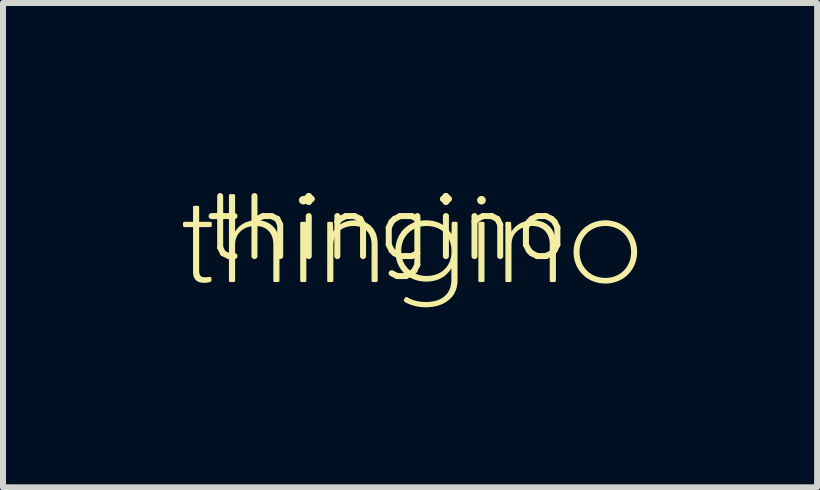
<source format=kicad_pcb>
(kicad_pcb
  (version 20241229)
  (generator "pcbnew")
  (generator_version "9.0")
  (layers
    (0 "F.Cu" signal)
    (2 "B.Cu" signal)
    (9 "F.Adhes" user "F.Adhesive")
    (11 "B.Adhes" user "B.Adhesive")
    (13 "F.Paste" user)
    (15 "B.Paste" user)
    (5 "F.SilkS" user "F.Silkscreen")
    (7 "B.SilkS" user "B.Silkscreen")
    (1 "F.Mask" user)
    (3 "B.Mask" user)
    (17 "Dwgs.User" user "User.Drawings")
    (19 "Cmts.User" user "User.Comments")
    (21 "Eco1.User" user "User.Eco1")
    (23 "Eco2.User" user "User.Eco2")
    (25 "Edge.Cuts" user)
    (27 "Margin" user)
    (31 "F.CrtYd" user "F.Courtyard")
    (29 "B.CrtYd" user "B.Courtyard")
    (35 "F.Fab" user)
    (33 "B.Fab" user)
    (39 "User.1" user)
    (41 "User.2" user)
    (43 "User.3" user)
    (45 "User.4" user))
  (footprint "thingino"
    (layer "F.Cu")
    (at 3.405 1.26)
    (property "Reference" "thingino" (at 0 -0.5 0) (unlocked yes) (layer "F.SilkS") (effects (font (size 1 1) (thickness 0.1))))
    (fp_poly (pts (xy -1.374 -0.614) (xy -1.372 -0.613) (xy -1.37 -0.613) (xy -1.369 -0.613) (xy -1.367 -0.613) (xy -1.366 -0.613) (xy -1.365 -0.612) (xy -1.363 -0.612) (xy -1.362 -0.611) (xy -1.361 -0.611) (xy -1.36 -0.61) (xy -1.359 -0.609) (xy -1.358 -0.609) (xy -1.357 -0.608) (xy -1.356 -0.607) (xy -1.356 -0.606) (xy -1.355 -0.605) (xy -1.354 -0.604) (xy -1.354 -0.603) (xy -1.353 -0.602) (xy -1.352 -0.601) (xy -1.352 -0.6) (xy -1.352 -0.598) (xy -1.351 -0.597) (xy -1.351 -0.594) (xy -1.35 -0.591) (xy -1.35 -0.588) (xy -1.35 -0.585) (xy -1.35 0.362) (xy -1.35 0.365) (xy -1.35 0.369) (xy -1.351 0.372) (xy -1.351 0.373) (xy -1.351 0.374) (xy -1.352 0.376) (xy -1.352 0.377) (xy -1.352 0.378) (xy -1.353 0.379) (xy -1.354 0.38) (xy -1.354 0.381) (xy -1.355 0.382) (xy -1.356 0.383) (xy -1.356 0.384) (xy -1.357 0.385) (xy -1.358 0.386) (xy -1.359 0.386) (xy -1.36 0.387) (xy -1.361 0.388) (xy -1.362 0.388) (xy -1.363 0.389) (xy -1.365 0.389) (xy -1.366 0.39) (xy -1.367 0.39) (xy -1.369 0.39) (xy -1.37 0.39) (xy -1.372 0.391) (xy -1.374 0.391) (xy -1.376 0.391) (xy -1.427 0.391) (xy -1.428 0.391) (xy -1.43 0.391) (xy -1.432 0.39) (xy -1.433 0.39) (xy -1.435 0.39) (xy -1.436 0.39) (xy -1.437 0.389) (xy -1.439 0.389) (xy -1.44 0.388) (xy -1.441 0.388) (xy -1.442 0.387) (xy -1.443 0.386) (xy -1.444 0.386) (xy -1.445 0.385) (xy -1.446 0.384) (xy -1.447 0.383) (xy -1.447 0.382) (xy -1.448 0.381) (xy -1.449 0.38) (xy -1.449 0.379) (xy -1.45 0.378) (xy -1.45 0.377) (xy -1.451 0.376) (xy -1.451 0.374) (xy -1.452 0.372) (xy -1.452 0.369) (xy -1.452 0.365) (xy -1.452 0.362) (xy -1.452 -0.585) (xy -1.452 -0.588) (xy -1.452 -0.591) (xy -1.452 -0.594) (xy -1.451 -0.596) (xy -1.451 -0.597) (xy -1.451 -0.598) (xy -1.45 -0.6) (xy -1.45 -0.601) (xy -1.449 -0.602) (xy -1.449 -0.603) (xy -1.448 -0.604) (xy -1.447 -0.605) (xy -1.447 -0.606) (xy -1.446 -0.607) (xy -1.445 -0.608) (xy -1.444 -0.609) (xy -1.443 -0.609) (xy -1.442 -0.61) (xy -1.441 -0.611) (xy -1.44 -0.611) (xy -1.439 -0.612) (xy -1.437 -0.612) (xy -1.436 -0.613) (xy -1.435 -0.613) (xy -1.433 -0.613) (xy -1.432 -0.613) (xy -1.43 -0.613) (xy -1.428 -0.614) (xy -1.427 -0.614) (xy -1.376 -0.614)) (stroke (width 0) (type solid)) (fill yes) (layer "F.SilkS"))
    (fp_poly (pts (xy 1.596 -0.614) (xy 1.597 -0.613) (xy 1.599 -0.613) (xy 1.6 -0.613) (xy 1.602 -0.613) (xy 1.603 -0.613) (xy 1.605 -0.612) (xy 1.606 -0.612) (xy 1.607 -0.611) (xy 1.608 -0.611) (xy 1.609 -0.61) (xy 1.61 -0.609) (xy 1.611 -0.609) (xy 1.612 -0.608) (xy 1.613 -0.607) (xy 1.614 -0.606) (xy 1.614 -0.605) (xy 1.615 -0.604) (xy 1.616 -0.603) (xy 1.616 -0.602) (xy 1.617 -0.601) (xy 1.617 -0.6) (xy 1.618 -0.598) (xy 1.618 -0.597) (xy 1.619 -0.594) (xy 1.619 -0.591) (xy 1.619 -0.588) (xy 1.619 -0.585) (xy 1.619 0.362) (xy 1.619 0.365) (xy 1.619 0.369) (xy 1.619 0.372) (xy 1.618 0.373) (xy 1.618 0.374) (xy 1.618 0.376) (xy 1.617 0.377) (xy 1.617 0.378) (xy 1.616 0.379) (xy 1.616 0.38) (xy 1.615 0.381) (xy 1.614 0.382) (xy 1.614 0.383) (xy 1.613 0.384) (xy 1.612 0.385) (xy 1.611 0.386) (xy 1.61 0.386) (xy 1.609 0.387) (xy 1.608 0.388) (xy 1.607 0.388) (xy 1.606 0.389) (xy 1.605 0.389) (xy 1.603 0.39) (xy 1.602 0.39) (xy 1.6 0.39) (xy 1.599 0.39) (xy 1.597 0.391) (xy 1.596 0.391) (xy 1.594 0.391) (xy 1.543 0.391) (xy 1.541 0.391) (xy 1.539 0.391) (xy 1.538 0.39) (xy 1.536 0.39) (xy 1.535 0.39) (xy 1.533 0.39) (xy 1.532 0.389) (xy 1.531 0.389) (xy 1.529 0.388) (xy 1.528 0.388) (xy 1.527 0.387) (xy 1.526 0.386) (xy 1.525 0.386) (xy 1.524 0.385) (xy 1.523 0.384) (xy 1.523 0.383) (xy 1.522 0.382) (xy 1.521 0.381) (xy 1.521 0.38) (xy 1.52 0.379) (xy 1.52 0.378) (xy 1.519 0.377) (xy 1.519 0.376) (xy 1.518 0.374) (xy 1.518 0.372) (xy 1.517 0.369) (xy 1.517 0.365) (xy 1.517 0.362) (xy 1.517 -0.585) (xy 1.517 -0.588) (xy 1.517 -0.591) (xy 1.518 -0.594) (xy 1.518 -0.596) (xy 1.518 -0.597) (xy 1.519 -0.598) (xy 1.519 -0.6) (xy 1.52 -0.601) (xy 1.52 -0.602) (xy 1.521 -0.603) (xy 1.521 -0.604) (xy 1.522 -0.605) (xy 1.523 -0.606) (xy 1.523 -0.607) (xy 1.524 -0.608) (xy 1.525 -0.609) (xy 1.526 -0.609) (xy 1.527 -0.61) (xy 1.528 -0.611) (xy 1.529 -0.611) (xy 1.531 -0.612) (xy 1.532 -0.612) (xy 1.533 -0.613) (xy 1.535 -0.613) (xy 1.536 -0.613) (xy 1.538 -0.613) (xy 1.539 -0.613) (xy 1.541 -0.614) (xy 1.543 -0.614) (xy 1.594 -0.614)) (stroke (width 0) (type solid)) (fill yes) (layer "F.SilkS"))
    (fp_poly (pts (xy -1.395 -1.044) (xy -1.392 -1.044) (xy -1.388 -1.043) (xy -1.385 -1.043) (xy -1.382 -1.042) (xy -1.378 -1.041) (xy -1.375 -1.04) (xy -1.372 -1.038) (xy -1.369 -1.037) (xy -1.366 -1.035) (xy -1.363 -1.034) (xy -1.36 -1.032) (xy -1.357 -1.03) (xy -1.354 -1.028) (xy -1.352 -1.025) (xy -1.349 -1.023) (xy -1.347 -1.021) (xy -1.345 -1.018) (xy -1.343 -1.015) (xy -1.341 -1.013) (xy -1.339 -1.01) (xy -1.337 -1.007) (xy -1.336 -1.004) (xy -1.334 -1.001) (xy -1.333 -0.998) (xy -1.332 -0.994) (xy -1.331 -0.991) (xy -1.33 -0.988) (xy -1.329 -0.985) (xy -1.329 -0.981) (xy -1.329 -0.978) (xy -1.329 -0.974) (xy -1.329 -0.971) (xy -1.329 -0.967) (xy -1.329 -0.964) (xy -1.33 -0.96) (xy -1.331 -0.957) (xy -1.332 -0.953) (xy -1.333 -0.95) (xy -1.334 -0.947) (xy -1.336 -0.944) (xy -1.337 -0.94) (xy -1.339 -0.937) (xy -1.341 -0.935) (xy -1.343 -0.932) (xy -1.345 -0.929) (xy -1.347 -0.926) (xy -1.349 -0.924) (xy -1.352 -0.921) (xy -1.354 -0.919) (xy -1.357 -0.917) (xy -1.36 -0.915) (xy -1.363 -0.913) (xy -1.366 -0.911) (xy -1.369 -0.91) (xy -1.372 -0.908) (xy -1.375 -0.907) (xy -1.378 -0.906) (xy -1.382 -0.905) (xy -1.385 -0.904) (xy -1.388 -0.903) (xy -1.392 -0.903) (xy -1.395 -0.903) (xy -1.399 -0.903) (xy -1.403 -0.903) (xy -1.406 -0.903) (xy -1.41 -0.903) (xy -1.414 -0.904) (xy -1.417 -0.905) (xy -1.421 -0.906) (xy -1.424 -0.907) (xy -1.428 -0.908) (xy -1.431 -0.91) (xy -1.434 -0.911) (xy -1.437 -0.913) (xy -1.44 -0.915) (xy -1.443 -0.917) (xy -1.446 -0.919) (xy -1.449 -0.921) (xy -1.451 -0.924) (xy -1.454 -0.926) (xy -1.456 -0.929) (xy -1.459 -0.932) (xy -1.461 -0.935) (xy -1.463 -0.937) (xy -1.464 -0.94) (xy -1.466 -0.944) (xy -1.468 -0.947) (xy -1.469 -0.95) (xy -1.47 -0.953) (xy -1.471 -0.957) (xy -1.472 -0.96) (xy -1.473 -0.964) (xy -1.473 -0.967) (xy -1.473 -0.971) (xy -1.474 -0.974) (xy -1.473 -0.978) (xy -1.473 -0.981) (xy -1.473 -0.985) (xy -1.472 -0.988) (xy -1.471 -0.991) (xy -1.47 -0.994) (xy -1.469 -0.998) (xy -1.468 -1.001) (xy -1.466 -1.004) (xy -1.464 -1.007) (xy -1.463 -1.01) (xy -1.461 -1.013) (xy -1.459 -1.015) (xy -1.456 -1.018) (xy -1.454 -1.021) (xy -1.451 -1.023) (xy -1.449 -1.025) (xy -1.446 -1.028) (xy -1.443 -1.03) (xy -1.44 -1.032) (xy -1.437 -1.034) (xy -1.434 -1.035) (xy -1.431 -1.037) (xy -1.428 -1.038) (xy -1.424 -1.04) (xy -1.421 -1.041) (xy -1.417 -1.042) (xy -1.414 -1.043) (xy -1.41 -1.043) (xy -1.406 -1.044) (xy -1.403 -1.044) (xy -1.399 -1.044)) (stroke (width 0) (type solid)) (fill yes) (layer "F.SilkS"))
    (fp_poly (pts (xy 1.574 -1.044) (xy 1.577 -1.044) (xy 1.581 -1.043) (xy 1.584 -1.043) (xy 1.588 -1.042) (xy 1.591 -1.041) (xy 1.594 -1.04) (xy 1.598 -1.038) (xy 1.601 -1.037) (xy 1.604 -1.035) (xy 1.607 -1.034) (xy 1.609 -1.032) (xy 1.612 -1.03) (xy 1.615 -1.028) (xy 1.617 -1.025) (xy 1.62 -1.023) (xy 1.622 -1.021) (xy 1.624 -1.018) (xy 1.627 -1.015) (xy 1.629 -1.013) (xy 1.63 -1.01) (xy 1.632 -1.007) (xy 1.634 -1.004) (xy 1.635 -1.001) (xy 1.636 -0.998) (xy 1.637 -0.994) (xy 1.638 -0.991) (xy 1.639 -0.988) (xy 1.64 -0.985) (xy 1.64 -0.981) (xy 1.641 -0.978) (xy 1.641 -0.974) (xy 1.641 -0.971) (xy 1.64 -0.967) (xy 1.64 -0.964) (xy 1.639 -0.96) (xy 1.638 -0.957) (xy 1.637 -0.953) (xy 1.636 -0.95) (xy 1.635 -0.947) (xy 1.634 -0.944) (xy 1.632 -0.94) (xy 1.63 -0.937) (xy 1.629 -0.935) (xy 1.627 -0.932) (xy 1.624 -0.929) (xy 1.622 -0.926) (xy 1.62 -0.924) (xy 1.617 -0.921) (xy 1.615 -0.919) (xy 1.612 -0.917) (xy 1.609 -0.915) (xy 1.607 -0.913) (xy 1.604 -0.911) (xy 1.601 -0.91) (xy 1.598 -0.908) (xy 1.594 -0.907) (xy 1.591 -0.906) (xy 1.588 -0.905) (xy 1.584 -0.904) (xy 1.581 -0.903) (xy 1.577 -0.903) (xy 1.574 -0.903) (xy 1.57 -0.903) (xy 1.567 -0.903) (xy 1.563 -0.903) (xy 1.559 -0.903) (xy 1.555 -0.904) (xy 1.552 -0.905) (xy 1.548 -0.906) (xy 1.545 -0.907) (xy 1.542 -0.908) (xy 1.538 -0.91) (xy 1.535 -0.911) (xy 1.532 -0.913) (xy 1.529 -0.915) (xy 1.526 -0.917) (xy 1.523 -0.919) (xy 1.52 -0.921) (xy 1.518 -0.924) (xy 1.515 -0.926) (xy 1.513 -0.929) (xy 1.511 -0.932) (xy 1.509 -0.935) (xy 1.507 -0.937) (xy 1.505 -0.94) (xy 1.503 -0.944) (xy 1.502 -0.947) (xy 1.5 -0.95) (xy 1.499 -0.953) (xy 1.498 -0.957) (xy 1.497 -0.96) (xy 1.497 -0.964) (xy 1.496 -0.967) (xy 1.496 -0.971) (xy 1.496 -0.974) (xy 1.496 -0.978) (xy 1.496 -0.981) (xy 1.497 -0.985) (xy 1.497 -0.988) (xy 1.498 -0.991) (xy 1.499 -0.994) (xy 1.5 -0.998) (xy 1.502 -1.001) (xy 1.503 -1.004) (xy 1.505 -1.007) (xy 1.507 -1.01) (xy 1.509 -1.013) (xy 1.511 -1.015) (xy 1.513 -1.018) (xy 1.515 -1.021) (xy 1.518 -1.023) (xy 1.52 -1.025) (xy 1.523 -1.028) (xy 1.526 -1.03) (xy 1.529 -1.032) (xy 1.532 -1.034) (xy 1.535 -1.035) (xy 1.538 -1.037) (xy 1.542 -1.038) (xy 1.545 -1.04) (xy 1.548 -1.041) (xy 1.552 -1.042) (xy 1.555 -1.043) (xy 1.559 -1.043) (xy 1.563 -1.044) (xy 1.567 -1.044) (xy 1.57 -1.044)) (stroke (width 0) (type solid)) (fill yes) (layer "F.SilkS"))
    (fp_poly (pts (xy 3.662 -0.638) (xy 3.689 -0.636) (xy 3.716 -0.632) (xy 3.743 -0.628) (xy 3.769 -0.622) (xy 3.794 -0.615) (xy 3.819 -0.607) (xy 3.843 -0.598) (xy 3.867 -0.588) (xy 3.889 -0.576) (xy 3.912 -0.564) (xy 3.933 -0.55) (xy 3.954 -0.536) (xy 3.974 -0.521) (xy 3.993 -0.504) (xy 4.011 -0.487) (xy 4.028 -0.469) (xy 4.044 -0.45) (xy 4.06 -0.43) (xy 4.074 -0.41) (xy 4.088 -0.388) (xy 4.1 -0.366) (xy 4.112 -0.343) (xy 4.122 -0.32) (xy 4.131 -0.296) (xy 4.139 -0.271) (xy 4.146 -0.246) (xy 4.152 -0.22) (xy 4.156 -0.194) (xy 4.16 -0.167) (xy 4.162 -0.139) (xy 4.162 -0.111) (xy 4.162 -0.084) (xy 4.16 -0.056) (xy 4.156 -0.029) (xy 4.152 -0.003) (xy 4.146 0.023) (xy 4.139 0.048) (xy 4.131 0.073) (xy 4.122 0.097) (xy 4.112 0.121) (xy 4.1 0.143) (xy 4.088 0.165) (xy 4.074 0.187) (xy 4.06 0.207) (xy 4.044 0.227) (xy 4.028 0.246) (xy 4.011 0.264) (xy 3.993 0.281) (xy 3.974 0.298) (xy 3.954 0.313) (xy 3.933 0.328) (xy 3.912 0.341) (xy 3.889 0.353) (xy 3.867 0.365) (xy 3.843 0.375) (xy 3.819 0.384) (xy 3.794 0.392) (xy 3.769 0.399) (xy 3.743 0.405) (xy 3.716 0.409) (xy 3.689 0.413) (xy 3.662 0.415) (xy 3.634 0.415) (xy 3.606 0.415) (xy 3.578 0.413) (xy 3.551 0.409) (xy 3.524 0.405) (xy 3.498 0.399) (xy 3.472 0.392) (xy 3.447 0.384) (xy 3.423 0.375) (xy 3.399 0.365) (xy 3.376 0.353) (xy 3.354 0.341) (xy 3.333 0.328) (xy 3.312 0.313) (xy 3.292 0.298) (xy 3.273 0.281) (xy 3.255 0.264) (xy 3.237 0.246) (xy 3.221 0.227) (xy 3.206 0.207) (xy 3.191 0.187) (xy 3.178 0.165) (xy 3.165 0.143) (xy 3.154 0.121) (xy 3.143 0.097) (xy 3.134 0.073) (xy 3.126 0.048) (xy 3.119 0.023) (xy 3.113 -0.003) (xy 3.109 -0.029) (xy 3.106 -0.056) (xy 3.104 -0.084) (xy 3.103 -0.111) (xy 3.203 -0.111) (xy 3.204 -0.088) (xy 3.205 -0.065) (xy 3.208 -0.043) (xy 3.211 -0.02) (xy 3.216 0.001) (xy 3.222 0.022) (xy 3.228 0.043) (xy 3.236 0.062) (xy 3.244 0.082) (xy 3.253 0.101) (xy 3.263 0.119) (xy 3.274 0.136) (xy 3.286 0.153) (xy 3.298 0.169) (xy 3.312 0.185) (xy 3.326 0.199) (xy 3.34 0.213) (xy 3.356 0.227) (xy 3.372 0.239) (xy 3.389 0.251) (xy 3.406 0.262) (xy 3.424 0.272) (xy 3.443 0.281) (xy 3.462 0.289) (xy 3.482 0.296) (xy 3.502 0.303) (xy 3.523 0.308) (xy 3.544 0.313) (xy 3.566 0.316) (xy 3.588 0.319) (xy 3.611 0.321) (xy 3.634 0.321) (xy 3.656 0.321) (xy 3.679 0.319) (xy 3.701 0.316) (xy 3.722 0.313) (xy 3.744 0.308) (xy 3.764 0.303) (xy 3.784 0.296) (xy 3.804 0.289) (xy 3.823 0.281) (xy 3.842 0.272) (xy 3.86 0.262) (xy 3.877 0.251) (xy 3.894 0.239) (xy 3.91 0.227) (xy 3.925 0.213) (xy 3.94 0.199) (xy 3.954 0.185) (xy 3.967 0.169) (xy 3.98 0.153) (xy 3.991 0.136) (xy 4.002 0.119) (xy 4.012 0.101) (xy 4.021 0.082) (xy 4.03 0.062) (xy 4.037 0.043) (xy 4.044 0.022) (xy 4.049 0.001) (xy 4.054 -0.02) (xy 4.057 -0.043) (xy 4.06 -0.065) (xy 4.062 -0.088) (xy 4.062 -0.111) (xy 4.062 -0.135) (xy 4.06 -0.158) (xy 4.057 -0.18) (xy 4.054 -0.202) (xy 4.049 -0.224) (xy 4.044 -0.245) (xy 4.037 -0.265) (xy 4.03 -0.285) (xy 4.021 -0.305) (xy 4.012 -0.323) (xy 4.002 -0.342) (xy 3.991 -0.359) (xy 3.98 -0.376) (xy 3.967 -0.392) (xy 3.954 -0.407) (xy 3.94 -0.422) (xy 3.925 -0.436) (xy 3.91 -0.449) (xy 3.894 -0.462) (xy 3.877 -0.474) (xy 3.86 -0.484) (xy 3.842 -0.494) (xy 3.823 -0.504) (xy 3.804 -0.512) (xy 3.784 -0.519) (xy 3.764 -0.526) (xy 3.744 -0.531) (xy 3.722 -0.536) (xy 3.701 -0.539) (xy 3.679 -0.542) (xy 3.656 -0.543) (xy 3.634 -0.544) (xy 3.611 -0.543) (xy 3.588 -0.542) (xy 3.566 -0.539) (xy 3.544 -0.536) (xy 3.523 -0.531) (xy 3.502 -0.526) (xy 3.482 -0.519) (xy 3.462 -0.512) (xy 3.443 -0.504) (xy 3.424 -0.494) (xy 3.406 -0.484) (xy 3.389 -0.474) (xy 3.372 -0.462) (xy 3.356 -0.449) (xy 3.34 -0.436) (xy 3.326 -0.422) (xy 3.312 -0.407) (xy 3.298 -0.392) (xy 3.286 -0.376) (xy 3.274 -0.359) (xy 3.263 -0.342) (xy 3.253 -0.323) (xy 3.244 -0.305) (xy 3.236 -0.285) (xy 3.228 -0.265) (xy 3.222 -0.245) (xy 3.216 -0.224) (xy 3.211 -0.202) (xy 3.208 -0.18) (xy 3.205 -0.158) (xy 3.204 -0.135) (xy 3.203 -0.111) (xy 3.103 -0.111) (xy 3.104 -0.139) (xy 3.106 -0.167) (xy 3.109 -0.194) (xy 3.113 -0.22) (xy 3.119 -0.246) (xy 3.126 -0.271) (xy 3.134 -0.296) (xy 3.143 -0.32) (xy 3.154 -0.343) (xy 3.165 -0.366) (xy 3.178 -0.388) (xy 3.191 -0.41) (xy 3.206 -0.43) (xy 3.221 -0.45) (xy 3.237 -0.469) (xy 3.255 -0.487) (xy 3.273 -0.504) (xy 3.292 -0.521) (xy 3.312 -0.536) (xy 3.333 -0.55) (xy 3.354 -0.564) (xy 3.376 -0.576) (xy 3.399 -0.588) (xy 3.423 -0.598) (xy 3.447 -0.607) (xy 3.472 -0.615) (xy 3.498 -0.622) (xy 3.524 -0.628) (xy 3.551 -0.632) (xy 3.578 -0.636) (xy 3.606 -0.638) (xy 3.634 -0.638)) (stroke (width 0) (type solid)) (fill yes) (layer "F.SilkS"))
    (fp_poly (pts (xy -0.521 -0.638) (xy -0.5 -0.637) (xy -0.48 -0.635) (xy -0.46 -0.632) (xy -0.441 -0.628) (xy -0.422 -0.624) (xy -0.404 -0.618) (xy -0.386 -0.612) (xy -0.369 -0.605) (xy -0.353 -0.598) (xy -0.337 -0.589) (xy -0.321 -0.58) (xy -0.306 -0.57) (xy -0.292 -0.559) (xy -0.279 -0.547) (xy -0.266 -0.535) (xy -0.254 -0.522) (xy -0.242 -0.508) (xy -0.231 -0.493) (xy -0.221 -0.477) (xy -0.212 -0.461) (xy -0.203 -0.444) (xy -0.195 -0.426) (xy -0.188 -0.407) (xy -0.182 -0.388) (xy -0.176 -0.368) (xy -0.171 -0.347) (xy -0.168 -0.325) (xy -0.164 -0.302) (xy -0.162 -0.279) (xy -0.161 -0.255) (xy -0.161 -0.23) (xy -0.161 0.362) (xy -0.161 0.365) (xy -0.161 0.367) (xy -0.161 0.369) (xy -0.161 0.37) (xy -0.161 0.372) (xy -0.162 0.373) (xy -0.162 0.374) (xy -0.163 0.376) (xy -0.163 0.377) (xy -0.164 0.378) (xy -0.164 0.379) (xy -0.165 0.38) (xy -0.166 0.381) (xy -0.166 0.382) (xy -0.167 0.383) (xy -0.168 0.384) (xy -0.169 0.385) (xy -0.17 0.386) (xy -0.171 0.386) (xy -0.172 0.387) (xy -0.173 0.388) (xy -0.175 0.388) (xy -0.176 0.389) (xy -0.177 0.389) (xy -0.179 0.39) (xy -0.18 0.39) (xy -0.182 0.39) (xy -0.183 0.39) (xy -0.185 0.391) (xy -0.186 0.391) (xy -0.188 0.391) (xy -0.237 0.391) (xy -0.239 0.391) (xy -0.241 0.391) (xy -0.242 0.39) (xy -0.244 0.39) (xy -0.245 0.39) (xy -0.247 0.39) (xy -0.248 0.389) (xy -0.249 0.389) (xy -0.251 0.388) (xy -0.252 0.388) (xy -0.253 0.387) (xy -0.254 0.386) (xy -0.255 0.386) (xy -0.256 0.385) (xy -0.256 0.384) (xy -0.257 0.383) (xy -0.258 0.382) (xy -0.259 0.381) (xy -0.259 0.38) (xy -0.26 0.379) (xy -0.26 0.378) (xy -0.261 0.377) (xy -0.261 0.376) (xy -0.262 0.374) (xy -0.262 0.372) (xy -0.263 0.369) (xy -0.263 0.365) (xy -0.263 0.362) (xy -0.263 -0.234) (xy -0.263 -0.252) (xy -0.264 -0.269) (xy -0.266 -0.286) (xy -0.268 -0.302) (xy -0.271 -0.318) (xy -0.274 -0.334) (xy -0.278 -0.349) (xy -0.283 -0.363) (xy -0.288 -0.377) (xy -0.294 -0.391) (xy -0.3 -0.404) (xy -0.307 -0.416) (xy -0.315 -0.428) (xy -0.323 -0.439) (xy -0.332 -0.45) (xy -0.341 -0.461) (xy -0.351 -0.47) (xy -0.361 -0.48) (xy -0.372 -0.488) (xy -0.383 -0.496) (xy -0.395 -0.504) (xy -0.408 -0.511) (xy -0.421 -0.517) (xy -0.435 -0.522) (xy -0.449 -0.527) (xy -0.463 -0.532) (xy -0.478 -0.535) (xy -0.494 -0.538) (xy -0.51 -0.541) (xy -0.527 -0.543) (xy -0.544 -0.544) (xy -0.561 -0.544) (xy -0.579 -0.544) (xy -0.597 -0.543) (xy -0.614 -0.541) (xy -0.631 -0.538) (xy -0.648 -0.535) (xy -0.664 -0.532) (xy -0.68 -0.527) (xy -0.695 -0.522) (xy -0.71 -0.517) (xy -0.725 -0.511) (xy -0.739 -0.504) (xy -0.753 -0.496) (xy -0.766 -0.488) (xy -0.779 -0.48) (xy -0.791 -0.47) (xy -0.803 -0.461) (xy -0.814 -0.45) (xy -0.824 -0.439) (xy -0.834 -0.428) (xy -0.844 -0.416) (xy -0.852 -0.404) (xy -0.86 -0.391) (xy -0.868 -0.377) (xy -0.874 -0.363) (xy -0.88 -0.349) (xy -0.885 -0.334) (xy -0.89 -0.318) (xy -0.893 -0.302) (xy -0.896 -0.286) (xy -0.898 -0.269) (xy -0.9 -0.252) (xy -0.9 -0.234) (xy -0.9 0.362) (xy -0.9 0.365) (xy -0.9 0.369) (xy -0.901 0.372) (xy -0.901 0.373) (xy -0.901 0.374) (xy -0.902 0.376) (xy -0.902 0.377) (xy -0.903 0.378) (xy -0.903 0.379) (xy -0.904 0.38) (xy -0.904 0.381) (xy -0.905 0.382) (xy -0.906 0.383) (xy -0.907 0.384) (xy -0.907 0.385) (xy -0.908 0.386) (xy -0.909 0.386) (xy -0.91 0.387) (xy -0.911 0.388) (xy -0.912 0.388) (xy -0.914 0.389) (xy -0.915 0.389) (xy -0.916 0.39) (xy -0.918 0.39) (xy -0.919 0.39) (xy -0.921 0.39) (xy -0.922 0.391) (xy -0.924 0.391) (xy -0.926 0.391) (xy -0.977 0.391) (xy -0.979 0.391) (xy -0.98 0.391) (xy -0.982 0.39) (xy -0.984 0.39) (xy -0.985 0.39) (xy -0.986 0.39) (xy -0.988 0.389) (xy -0.989 0.389) (xy -0.99 0.388) (xy -0.991 0.388) (xy -0.992 0.387) (xy -0.993 0.386) (xy -0.994 0.386) (xy -0.995 0.385) (xy -0.996 0.384) (xy -0.997 0.383) (xy -0.998 0.382) (xy -0.998 0.381) (xy -0.999 0.38) (xy -0.999 0.379) (xy -1 0.378) (xy -1 0.377) (xy -1.001 0.376) (xy -1.001 0.374) (xy -1.002 0.372) (xy -1.002 0.369) (xy -1.002 0.365) (xy -1.002 0.362) (xy -1.002 -0.585) (xy -1.002 -0.588) (xy -1.002 -0.591) (xy -1.002 -0.594) (xy -1.001 -0.596) (xy -1.001 -0.597) (xy -1.001 -0.598) (xy -1 -0.6) (xy -1 -0.601) (xy -0.999 -0.602) (xy -0.999 -0.603) (xy -0.998 -0.604) (xy -0.998 -0.605) (xy -0.997 -0.606) (xy -0.996 -0.607) (xy -0.995 -0.608) (xy -0.994 -0.609) (xy -0.993 -0.609) (xy -0.992 -0.61) (xy -0.991 -0.611) (xy -0.99 -0.611) (xy -0.989 -0.612) (xy -0.988 -0.612) (xy -0.986 -0.613) (xy -0.985 -0.613) (xy -0.984 -0.613) (xy -0.982 -0.613) (xy -0.98 -0.613) (xy -0.979 -0.614) (xy -0.977 -0.614) (xy -0.934 -0.614) (xy -0.93 -0.613) (xy -0.927 -0.613) (xy -0.925 -0.613) (xy -0.924 -0.613) (xy -0.922 -0.612) (xy -0.921 -0.612) (xy -0.92 -0.612) (xy -0.918 -0.611) (xy -0.917 -0.61) (xy -0.916 -0.61) (xy -0.915 -0.609) (xy -0.914 -0.608) (xy -0.913 -0.608) (xy -0.912 -0.607) (xy -0.912 -0.606) (xy -0.911 -0.605) (xy -0.91 -0.604) (xy -0.91 -0.602) (xy -0.909 -0.601) (xy -0.909 -0.6) (xy -0.908 -0.599) (xy -0.908 -0.597) (xy -0.908 -0.596) (xy -0.907 -0.594) (xy -0.907 -0.591) (xy -0.907 -0.587) (xy -0.907 -0.583) (xy -0.9 -0.45) (xy -0.888 -0.469) (xy -0.875 -0.487) (xy -0.86 -0.505) (xy -0.845 -0.522) (xy -0.827 -0.539) (xy -0.808 -0.554) (xy -0.788 -0.569) (xy -0.767 -0.582) (xy -0.744 -0.595) (xy -0.719 -0.606) (xy -0.693 -0.615) (xy -0.666 -0.623) (xy -0.637 -0.63) (xy -0.607 -0.634) (xy -0.575 -0.637) (xy -0.542 -0.638)) (stroke (width 0) (type solid)) (fill yes) (layer "F.SilkS"))
    (fp_poly (pts (xy 2.448 -0.638) (xy 2.469 -0.637) (xy 2.489 -0.635) (xy 2.509 -0.632) (xy 2.528 -0.628) (xy 2.547 -0.624) (xy 2.565 -0.618) (xy 2.583 -0.612) (xy 2.6 -0.605) (xy 2.617 -0.598) (xy 2.633 -0.589) (xy 2.648 -0.58) (xy 2.663 -0.57) (xy 2.677 -0.559) (xy 2.691 -0.547) (xy 2.704 -0.535) (xy 2.716 -0.522) (xy 2.727 -0.508) (xy 2.738 -0.493) (xy 2.748 -0.477) (xy 2.758 -0.461) (xy 2.766 -0.444) (xy 2.774 -0.426) (xy 2.781 -0.407) (xy 2.788 -0.388) (xy 2.793 -0.368) (xy 2.798 -0.347) (xy 2.802 -0.325) (xy 2.805 -0.302) (xy 2.807 -0.279) (xy 2.808 -0.255) (xy 2.809 -0.23) (xy 2.809 0.362) (xy 2.809 0.365) (xy 2.809 0.367) (xy 2.808 0.369) (xy 2.808 0.37) (xy 2.808 0.372) (xy 2.808 0.373) (xy 2.807 0.374) (xy 2.807 0.376) (xy 2.806 0.377) (xy 2.806 0.378) (xy 2.805 0.379) (xy 2.804 0.38) (xy 2.804 0.381) (xy 2.803 0.382) (xy 2.802 0.383) (xy 2.801 0.384) (xy 2.8 0.385) (xy 2.799 0.386) (xy 2.798 0.386) (xy 2.797 0.387) (xy 2.796 0.388) (xy 2.795 0.388) (xy 2.793 0.389) (xy 2.792 0.389) (xy 2.791 0.39) (xy 2.789 0.39) (xy 2.788 0.39) (xy 2.786 0.39) (xy 2.785 0.391) (xy 2.783 0.391) (xy 2.781 0.391) (xy 2.732 0.391) (xy 2.73 0.391) (xy 2.729 0.391) (xy 2.727 0.39) (xy 2.725 0.39) (xy 2.724 0.39) (xy 2.723 0.39) (xy 2.721 0.389) (xy 2.72 0.389) (xy 2.719 0.388) (xy 2.718 0.388) (xy 2.717 0.387) (xy 2.716 0.386) (xy 2.715 0.386) (xy 2.714 0.385) (xy 2.713 0.384) (xy 2.712 0.383) (xy 2.711 0.382) (xy 2.711 0.381) (xy 2.71 0.38) (xy 2.709 0.379) (xy 2.709 0.378) (xy 2.709 0.377) (xy 2.708 0.376) (xy 2.708 0.374) (xy 2.707 0.372) (xy 2.707 0.369) (xy 2.707 0.365) (xy 2.706 0.362) (xy 2.706 -0.234) (xy 2.706 -0.252) (xy 2.705 -0.269) (xy 2.704 -0.286) (xy 2.701 -0.302) (xy 2.699 -0.318) (xy 2.695 -0.334) (xy 2.691 -0.349) (xy 2.687 -0.363) (xy 2.681 -0.377) (xy 2.675 -0.391) (xy 2.669 -0.404) (xy 2.662 -0.416) (xy 2.654 -0.428) (xy 2.646 -0.439) (xy 2.638 -0.45) (xy 2.628 -0.461) (xy 2.619 -0.47) (xy 2.608 -0.48) (xy 2.597 -0.488) (xy 2.586 -0.496) (xy 2.574 -0.504) (xy 2.561 -0.511) (xy 2.548 -0.517) (xy 2.535 -0.522) (xy 2.521 -0.527) (xy 2.506 -0.532) (xy 2.491 -0.535) (xy 2.475 -0.538) (xy 2.459 -0.541) (xy 2.443 -0.543) (xy 2.426 -0.544) (xy 2.408 -0.544) (xy 2.39 -0.544) (xy 2.373 -0.543) (xy 2.355 -0.541) (xy 2.338 -0.538) (xy 2.322 -0.535) (xy 2.306 -0.532) (xy 2.29 -0.527) (xy 2.274 -0.522) (xy 2.259 -0.517) (xy 2.244 -0.511) (xy 2.23 -0.504) (xy 2.216 -0.496) (xy 2.203 -0.488) (xy 2.191 -0.48) (xy 2.178 -0.47) (xy 2.167 -0.461) (xy 2.156 -0.45) (xy 2.145 -0.439) (xy 2.135 -0.428) (xy 2.126 -0.416) (xy 2.117 -0.404) (xy 2.109 -0.391) (xy 2.102 -0.377) (xy 2.095 -0.363) (xy 2.089 -0.349) (xy 2.084 -0.334) (xy 2.079 -0.318) (xy 2.076 -0.302) (xy 2.073 -0.286) (xy 2.071 -0.269) (xy 2.07 -0.252) (xy 2.069 -0.234) (xy 2.069 0.362) (xy 2.069 0.365) (xy 2.069 0.369) (xy 2.068 0.372) (xy 2.068 0.373) (xy 2.068 0.374) (xy 2.067 0.376) (xy 2.067 0.377) (xy 2.067 0.378) (xy 2.066 0.379) (xy 2.066 0.38) (xy 2.065 0.381) (xy 2.064 0.382) (xy 2.064 0.383) (xy 2.063 0.384) (xy 2.062 0.385) (xy 2.061 0.386) (xy 2.06 0.386) (xy 2.059 0.387) (xy 2.058 0.388) (xy 2.057 0.388) (xy 2.056 0.389) (xy 2.054 0.389) (xy 2.053 0.39) (xy 2.052 0.39) (xy 2.05 0.39) (xy 2.049 0.39) (xy 2.047 0.391) (xy 2.045 0.391) (xy 2.044 0.391) (xy 1.992 0.391) (xy 1.991 0.391) (xy 1.989 0.391) (xy 1.987 0.39) (xy 1.986 0.39) (xy 1.984 0.39) (xy 1.983 0.39) (xy 1.982 0.389) (xy 1.98 0.389) (xy 1.979 0.388) (xy 1.978 0.388) (xy 1.977 0.387) (xy 1.976 0.386) (xy 1.975 0.386) (xy 1.974 0.385) (xy 1.973 0.384) (xy 1.972 0.383) (xy 1.972 0.382) (xy 1.971 0.381) (xy 1.97 0.38) (xy 1.97 0.379) (xy 1.969 0.378) (xy 1.969 0.377) (xy 1.968 0.376) (xy 1.968 0.374) (xy 1.968 0.372) (xy 1.967 0.369) (xy 1.967 0.365) (xy 1.967 0.362) (xy 1.967 -0.585) (xy 1.967 -0.588) (xy 1.967 -0.591) (xy 1.968 -0.594) (xy 1.968 -0.596) (xy 1.968 -0.597) (xy 1.968 -0.598) (xy 1.969 -0.6) (xy 1.969 -0.601) (xy 1.97 -0.602) (xy 1.97 -0.603) (xy 1.971 -0.604) (xy 1.972 -0.605) (xy 1.972 -0.606) (xy 1.973 -0.607) (xy 1.974 -0.608) (xy 1.975 -0.609) (xy 1.976 -0.609) (xy 1.977 -0.61) (xy 1.978 -0.611) (xy 1.979 -0.611) (xy 1.98 -0.612) (xy 1.982 -0.612) (xy 1.983 -0.613) (xy 1.984 -0.613) (xy 1.986 -0.613) (xy 1.987 -0.613) (xy 1.989 -0.613) (xy 1.991 -0.614) (xy 1.992 -0.614) (xy 2.035 -0.614) (xy 2.039 -0.613) (xy 2.042 -0.613) (xy 2.044 -0.613) (xy 2.045 -0.613) (xy 2.047 -0.612) (xy 2.048 -0.612) (xy 2.05 -0.612) (xy 2.051 -0.611) (xy 2.052 -0.61) (xy 2.053 -0.61) (xy 2.054 -0.609) (xy 2.055 -0.608) (xy 2.056 -0.608) (xy 2.057 -0.607) (xy 2.058 -0.606) (xy 2.058 -0.605) (xy 2.059 -0.604) (xy 2.06 -0.602) (xy 2.06 -0.601) (xy 2.061 -0.6) (xy 2.061 -0.599) (xy 2.061 -0.597) (xy 2.062 -0.596) (xy 2.062 -0.594) (xy 2.062 -0.591) (xy 2.063 -0.587) (xy 2.063 -0.583) (xy 2.069 -0.45) (xy 2.081 -0.469) (xy 2.094 -0.487) (xy 2.109 -0.505) (xy 2.125 -0.522) (xy 2.142 -0.539) (xy 2.161 -0.554) (xy 2.181 -0.569) (xy 2.203 -0.582) (xy 2.226 -0.595) (xy 2.25 -0.606) (xy 2.276 -0.615) (xy 2.303 -0.623) (xy 2.332 -0.63) (xy 2.362 -0.634) (xy 2.394 -0.637) (xy 2.427 -0.638)) (stroke (width 0) (type solid)) (fill yes) (layer "F.SilkS"))
    (fp_poly (pts (xy -2.561 -1.075) (xy -2.559 -1.075) (xy -2.558 -1.074) (xy -2.556 -1.074) (xy -2.555 -1.074) (xy -2.553 -1.074) (xy -2.552 -1.073) (xy -2.551 -1.073) (xy -2.549 -1.072) (xy -2.548 -1.072) (xy -2.547 -1.071) (xy -2.546 -1.071) (xy -2.545 -1.07) (xy -2.544 -1.069) (xy -2.544 -1.068) (xy -2.543 -1.067) (xy -2.542 -1.066) (xy -2.541 -1.065) (xy -2.541 -1.064) (xy -2.54 -1.063) (xy -2.54 -1.062) (xy -2.539 -1.061) (xy -2.539 -1.06) (xy -2.539 -1.058) (xy -2.538 -1.056) (xy -2.538 -1.053) (xy -2.537 -1.049) (xy -2.537 -1.046) (xy -2.537 -0.45) (xy -2.525 -0.469) (xy -2.512 -0.487) (xy -2.498 -0.505) (xy -2.482 -0.522) (xy -2.464 -0.539) (xy -2.445 -0.554) (xy -2.425 -0.569) (xy -2.404 -0.582) (xy -2.381 -0.595) (xy -2.356 -0.606) (xy -2.33 -0.615) (xy -2.303 -0.623) (xy -2.274 -0.63) (xy -2.244 -0.634) (xy -2.212 -0.637) (xy -2.179 -0.638) (xy -2.158 -0.638) (xy -2.137 -0.637) (xy -2.117 -0.635) (xy -2.097 -0.632) (xy -2.078 -0.628) (xy -2.059 -0.624) (xy -2.041 -0.618) (xy -2.023 -0.612) (xy -2.006 -0.605) (xy -1.99 -0.598) (xy -1.974 -0.589) (xy -1.958 -0.58) (xy -1.943 -0.57) (xy -1.929 -0.559) (xy -1.916 -0.547) (xy -1.903 -0.535) (xy -1.891 -0.522) (xy -1.879 -0.508) (xy -1.868 -0.493) (xy -1.858 -0.477) (xy -1.849 -0.461) (xy -1.84 -0.444) (xy -1.832 -0.426) (xy -1.825 -0.407) (xy -1.819 -0.388) (xy -1.813 -0.368) (xy -1.808 -0.347) (xy -1.805 -0.325) (xy -1.802 -0.302) (xy -1.799 -0.279) (xy -1.798 -0.255) (xy -1.798 -0.23) (xy -1.798 0.362) (xy -1.798 0.365) (xy -1.798 0.367) (xy -1.798 0.369) (xy -1.798 0.37) (xy -1.798 0.372) (xy -1.799 0.373) (xy -1.799 0.374) (xy -1.8 0.376) (xy -1.8 0.377) (xy -1.801 0.378) (xy -1.801 0.379) (xy -1.802 0.38) (xy -1.803 0.381) (xy -1.803 0.382) (xy -1.804 0.383) (xy -1.805 0.384) (xy -1.806 0.385) (xy -1.807 0.386) (xy -1.808 0.386) (xy -1.809 0.387) (xy -1.81 0.388) (xy -1.812 0.388) (xy -1.813 0.389) (xy -1.814 0.389) (xy -1.816 0.39) (xy -1.817 0.39) (xy -1.819 0.39) (xy -1.82 0.39) (xy -1.822 0.391) (xy -1.823 0.391) (xy -1.825 0.391) (xy -1.874 0.391) (xy -1.876 0.391) (xy -1.878 0.391) (xy -1.879 0.39) (xy -1.881 0.39) (xy -1.882 0.39) (xy -1.884 0.39) (xy -1.885 0.389) (xy -1.886 0.389) (xy -1.888 0.388) (xy -1.889 0.388) (xy -1.89 0.387) (xy -1.891 0.386) (xy -1.892 0.386) (xy -1.893 0.385) (xy -1.893 0.384) (xy -1.894 0.383) (xy -1.895 0.382) (xy -1.896 0.381) (xy -1.896 0.38) (xy -1.897 0.379) (xy -1.897 0.378) (xy -1.898 0.377) (xy -1.898 0.376) (xy -1.899 0.374) (xy -1.899 0.372) (xy -1.9 0.369) (xy -1.9 0.365) (xy -1.9 0.362) (xy -1.9 -0.234) (xy -1.9 -0.252) (xy -1.901 -0.269) (xy -1.903 -0.286) (xy -1.905 -0.302) (xy -1.908 -0.318) (xy -1.911 -0.334) (xy -1.915 -0.349) (xy -1.92 -0.363) (xy -1.925 -0.377) (xy -1.931 -0.391) (xy -1.937 -0.404) (xy -1.944 -0.416) (xy -1.952 -0.428) (xy -1.96 -0.439) (xy -1.969 -0.45) (xy -1.978 -0.461) (xy -1.988 -0.47) (xy -1.998 -0.48) (xy -2.009 -0.488) (xy -2.021 -0.496) (xy -2.032 -0.504) (xy -2.045 -0.511) (xy -2.058 -0.517) (xy -2.072 -0.522) (xy -2.086 -0.527) (xy -2.1 -0.532) (xy -2.115 -0.535) (xy -2.131 -0.538) (xy -2.147 -0.541) (xy -2.164 -0.543) (xy -2.181 -0.544) (xy -2.198 -0.544) (xy -2.216 -0.544) (xy -2.234 -0.543) (xy -2.251 -0.541) (xy -2.268 -0.538) (xy -2.285 -0.535) (xy -2.301 -0.532) (xy -2.317 -0.527) (xy -2.332 -0.522) (xy -2.347 -0.517) (xy -2.362 -0.511) (xy -2.376 -0.504) (xy -2.39 -0.496) (xy -2.403 -0.488) (xy -2.416 -0.48) (xy -2.428 -0.47) (xy -2.44 -0.461) (xy -2.451 -0.45) (xy -2.461 -0.439) (xy -2.471 -0.428) (xy -2.481 -0.416) (xy -2.489 -0.404) (xy -2.497 -0.391) (xy -2.505 -0.377) (xy -2.511 -0.363) (xy -2.517 -0.349) (xy -2.522 -0.334) (xy -2.527 -0.318) (xy -2.531 -0.302) (xy -2.533 -0.286) (xy -2.536 -0.269) (xy -2.537 -0.252) (xy -2.537 -0.234) (xy -2.537 0.362) (xy -2.537 0.365) (xy -2.538 0.369) (xy -2.538 0.372) (xy -2.538 0.373) (xy -2.539 0.374) (xy -2.539 0.376) (xy -2.539 0.377) (xy -2.54 0.378) (xy -2.54 0.379) (xy -2.541 0.38) (xy -2.541 0.381) (xy -2.542 0.382) (xy -2.543 0.383) (xy -2.544 0.384) (xy -2.544 0.385) (xy -2.545 0.386) (xy -2.546 0.386) (xy -2.547 0.387) (xy -2.548 0.388) (xy -2.549 0.388) (xy -2.551 0.389) (xy -2.552 0.389) (xy -2.553 0.39) (xy -2.555 0.39) (xy -2.556 0.39) (xy -2.558 0.39) (xy -2.559 0.391) (xy -2.561 0.391) (xy -2.563 0.391) (xy -2.614 0.391) (xy -2.614 0.391) (xy -2.616 0.391) (xy -2.617 0.391) (xy -2.619 0.39) (xy -2.621 0.39) (xy -2.622 0.39) (xy -2.623 0.39) (xy -2.625 0.389) (xy -2.626 0.389) (xy -2.627 0.388) (xy -2.628 0.388) (xy -2.629 0.387) (xy -2.63 0.386) (xy -2.631 0.386) (xy -2.632 0.385) (xy -2.633 0.384) (xy -2.634 0.383) (xy -2.635 0.382) (xy -2.635 0.381) (xy -2.636 0.38) (xy -2.636 0.379) (xy -2.637 0.378) (xy -2.637 0.377) (xy -2.638 0.376) (xy -2.638 0.374) (xy -2.639 0.372) (xy -2.639 0.369) (xy -2.639 0.365) (xy -2.64 0.362) (xy -2.64 -1.046) (xy -2.639 -1.049) (xy -2.639 -1.053) (xy -2.639 -1.056) (xy -2.639 -1.057) (xy -2.638 -1.058) (xy -2.638 -1.06) (xy -2.637 -1.061) (xy -2.637 -1.062) (xy -2.636 -1.063) (xy -2.636 -1.064) (xy -2.635 -1.065) (xy -2.635 -1.066) (xy -2.634 -1.067) (xy -2.633 -1.068) (xy -2.632 -1.069) (xy -2.631 -1.07) (xy -2.63 -1.071) (xy -2.629 -1.071) (xy -2.628 -1.072) (xy -2.627 -1.072) (xy -2.626 -1.073) (xy -2.625 -1.073) (xy -2.623 -1.074) (xy -2.622 -1.074) (xy -2.621 -1.074) (xy -2.619 -1.074) (xy -2.617 -1.075) (xy -2.616 -1.075) (xy -2.614 -1.075) (xy -2.563 -1.075)) (stroke (width 0) (type solid)) (fill yes) (layer "F.SilkS"))
    (fp_poly (pts (xy -3.16 -0.88) (xy -3.158 -0.88) (xy -3.157 -0.88) (xy -3.155 -0.88) (xy -3.154 -0.879) (xy -3.152 -0.879) (xy -3.151 -0.879) (xy -3.15 -0.878) (xy -3.148 -0.878) (xy -3.147 -0.877) (xy -3.146 -0.876) (xy -3.145 -0.876) (xy -3.144 -0.875) (xy -3.143 -0.874) (xy -3.143 -0.873) (xy -3.142 -0.873) (xy -3.141 -0.872) (xy -3.14 -0.871) (xy -3.14 -0.87) (xy -3.139 -0.869) (xy -3.139 -0.867) (xy -3.138 -0.866) (xy -3.138 -0.865) (xy -3.137 -0.864) (xy -3.137 -0.861) (xy -3.136 -0.858) (xy -3.136 -0.855) (xy -3.136 -0.851) (xy -3.136 -0.614) (xy -2.955 -0.614) (xy -2.953 -0.614) (xy -2.952 -0.613) (xy -2.95 -0.613) (xy -2.948 -0.613) (xy -2.947 -0.613) (xy -2.945 -0.613) (xy -2.944 -0.612) (xy -2.942 -0.612) (xy -2.941 -0.611) (xy -2.94 -0.611) (xy -2.938 -0.61) (xy -2.937 -0.609) (xy -2.936 -0.609) (xy -2.935 -0.608) (xy -2.934 -0.607) (xy -2.933 -0.606) (xy -2.932 -0.605) (xy -2.931 -0.604) (xy -2.93 -0.603) (xy -2.93 -0.602) (xy -2.929 -0.601) (xy -2.928 -0.6) (xy -2.928 -0.598) (xy -2.927 -0.597) (xy -2.927 -0.596) (xy -2.926 -0.594) (xy -2.926 -0.593) (xy -2.926 -0.591) (xy -2.925 -0.59) (xy -2.925 -0.588) (xy -2.925 -0.587) (xy -2.925 -0.585) (xy -2.925 -0.554) (xy -2.925 -0.552) (xy -2.925 -0.551) (xy -2.925 -0.549) (xy -2.926 -0.548) (xy -2.926 -0.546) (xy -2.926 -0.545) (xy -2.927 -0.543) (xy -2.927 -0.542) (xy -2.928 -0.541) (xy -2.928 -0.539) (xy -2.929 -0.538) (xy -2.93 -0.537) (xy -2.93 -0.536) (xy -2.931 -0.535) (xy -2.932 -0.534) (xy -2.933 -0.533) (xy -2.934 -0.532) (xy -2.935 -0.531) (xy -2.936 -0.53) (xy -2.937 -0.53) (xy -2.938 -0.529) (xy -2.94 -0.528) (xy -2.941 -0.528) (xy -2.942 -0.527) (xy -2.944 -0.527) (xy -2.945 -0.527) (xy -2.947 -0.526) (xy -2.948 -0.526) (xy -2.95 -0.526) (xy -2.952 -0.526) (xy -2.953 -0.525) (xy -2.955 -0.525) (xy -3.136 -0.525) (xy -3.136 0.196) (xy -3.136 0.211) (xy -3.135 0.219) (xy -3.135 0.226) (xy -3.134 0.232) (xy -3.133 0.239) (xy -3.132 0.245) (xy -3.13 0.25) (xy -3.129 0.256) (xy -3.127 0.261) (xy -3.125 0.266) (xy -3.123 0.27) (xy -3.121 0.274) (xy -3.118 0.278) (xy -3.116 0.282) (xy -3.113 0.286) (xy -3.11 0.289) (xy -3.106 0.292) (xy -3.103 0.295) (xy -3.099 0.297) (xy -3.095 0.299) (xy -3.091 0.301) (xy -3.087 0.303) (xy -3.082 0.305) (xy -3.077 0.306) (xy -3.073 0.308) (xy -3.067 0.309) (xy -3.062 0.309) (xy -3.056 0.31) (xy -3.05 0.31) (xy -3.038 0.311) (xy -3.032 0.311) (xy -3.024 0.31) (xy -3.006 0.309) (xy -2.987 0.308) (xy -2.979 0.307) (xy -2.972 0.307) (xy -2.969 0.306) (xy -2.966 0.306) (xy -2.963 0.305) (xy -2.961 0.305) (xy -2.958 0.305) (xy -2.956 0.305) (xy -2.953 0.305) (xy -2.951 0.305) (xy -2.949 0.305) (xy -2.948 0.306) (xy -2.946 0.306) (xy -2.944 0.306) (xy -2.943 0.307) (xy -2.941 0.308) (xy -2.94 0.308) (xy -2.939 0.309) (xy -2.938 0.31) (xy -2.937 0.311) (xy -2.936 0.312) (xy -2.935 0.313) (xy -2.935 0.314) (xy -2.934 0.315) (xy -2.934 0.317) (xy -2.933 0.318) (xy -2.933 0.319) (xy -2.932 0.321) (xy -2.932 0.322) (xy -2.932 0.324) (xy -2.932 0.328) (xy -2.932 0.331) (xy -2.932 0.364) (xy -2.932 0.367) (xy -2.932 0.369) (xy -2.933 0.372) (xy -2.935 0.374) (xy -2.936 0.376) (xy -2.938 0.378) (xy -2.94 0.38) (xy -2.943 0.382) (xy -2.949 0.386) (xy -2.956 0.389) (xy -2.964 0.392) (xy -2.972 0.394) (xy -2.981 0.396) (xy -2.991 0.398) (xy -3.001 0.4) (xy -3.011 0.401) (xy -3.021 0.402) (xy -3.031 0.403) (xy -3.041 0.403) (xy -3.051 0.403) (xy -3.063 0.403) (xy -3.075 0.402) (xy -3.087 0.401) (xy -3.098 0.4) (xy -3.108 0.398) (xy -3.118 0.396) (xy -3.128 0.393) (xy -3.137 0.391) (xy -3.146 0.387) (xy -3.154 0.384) (xy -3.162 0.38) (xy -3.169 0.375) (xy -3.176 0.37) (xy -3.183 0.365) (xy -3.189 0.36) (xy -3.195 0.354) (xy -3.201 0.348) (xy -3.206 0.341) (xy -3.21 0.334) (xy -3.215 0.327) (xy -3.218 0.319) (xy -3.222 0.311) (xy -3.225 0.303) (xy -3.228 0.294) (xy -3.231 0.285) (xy -3.233 0.276) (xy -3.234 0.266) (xy -3.236 0.256) (xy -3.238 0.235) (xy -3.238 0.212) (xy -3.238 -0.525) (xy -3.377 -0.525) (xy -3.379 -0.525) (xy -3.381 -0.526) (xy -3.382 -0.526) (xy -3.384 -0.526) (xy -3.385 -0.526) (xy -3.387 -0.527) (xy -3.388 -0.527) (xy -3.389 -0.527) (xy -3.391 -0.528) (xy -3.392 -0.528) (xy -3.393 -0.529) (xy -3.394 -0.53) (xy -3.395 -0.53) (xy -3.396 -0.531) (xy -3.397 -0.532) (xy -3.398 -0.533) (xy -3.399 -0.534) (xy -3.4 -0.535) (xy -3.4 -0.536) (xy -3.401 -0.537) (xy -3.402 -0.538) (xy -3.402 -0.539) (xy -3.403 -0.541) (xy -3.403 -0.542) (xy -3.404 -0.543) (xy -3.404 -0.545) (xy -3.404 -0.546) (xy -3.404 -0.548) (xy -3.405 -0.551) (xy -3.405 -0.554) (xy -3.405 -0.585) (xy -3.405 -0.588) (xy -3.405 -0.59) (xy -3.404 -0.591) (xy -3.404 -0.593) (xy -3.404 -0.594) (xy -3.404 -0.596) (xy -3.403 -0.597) (xy -3.403 -0.598) (xy -3.402 -0.6) (xy -3.402 -0.601) (xy -3.401 -0.602) (xy -3.4 -0.603) (xy -3.4 -0.604) (xy -3.399 -0.605) (xy -3.398 -0.606) (xy -3.397 -0.607) (xy -3.396 -0.608) (xy -3.395 -0.609) (xy -3.394 -0.609) (xy -3.393 -0.61) (xy -3.392 -0.611) (xy -3.391 -0.611) (xy -3.389 -0.612) (xy -3.388 -0.612) (xy -3.387 -0.613) (xy -3.385 -0.613) (xy -3.384 -0.613) (xy -3.382 -0.613) (xy -3.381 -0.613) (xy -3.379 -0.614) (xy -3.377 -0.614) (xy -3.238 -0.614) (xy -3.238 -0.851) (xy -3.238 -0.855) (xy -3.238 -0.858) (xy -3.238 -0.861) (xy -3.238 -0.862) (xy -3.237 -0.864) (xy -3.237 -0.865) (xy -3.236 -0.866) (xy -3.236 -0.867) (xy -3.235 -0.869) (xy -3.235 -0.87) (xy -3.234 -0.871) (xy -3.234 -0.872) (xy -3.233 -0.873) (xy -3.232 -0.873) (xy -3.231 -0.874) (xy -3.23 -0.875) (xy -3.229 -0.876) (xy -3.228 -0.876) (xy -3.227 -0.877) (xy -3.226 -0.878) (xy -3.225 -0.878) (xy -3.224 -0.879) (xy -3.222 -0.879) (xy -3.221 -0.879) (xy -3.22 -0.88) (xy -3.218 -0.88) (xy -3.216 -0.88) (xy -3.215 -0.88) (xy -3.213 -0.88) (xy -3.162 -0.88)) (stroke (width 0) (type solid)) (fill yes) (layer "F.SilkS"))
    (fp_poly (pts (xy 0.662 -0.638) (xy 0.68 -0.637) (xy 0.698 -0.636) (xy 0.716 -0.634) (xy 0.733 -0.632) (xy 0.75 -0.629) (xy 0.767 -0.626) (xy 0.783 -0.622) (xy 0.799 -0.618) (xy 0.815 -0.613) (xy 0.83 -0.608) (xy 0.845 -0.603) (xy 0.86 -0.597) (xy 0.874 -0.59) (xy 0.888 -0.583) (xy 0.902 -0.576) (xy 0.915 -0.568) (xy 0.928 -0.56) (xy 0.941 -0.551) (xy 0.953 -0.542) (xy 0.964 -0.533) (xy 0.976 -0.523) (xy 0.987 -0.513) (xy 0.998 -0.502) (xy 1.008 -0.491) (xy 1.018 -0.48) (xy 1.027 -0.468) (xy 1.037 -0.456) (xy 1.045 -0.444) (xy 1.054 -0.431) (xy 1.062 -0.418) (xy 1.069 -0.405) (xy 1.072 -0.585) (xy 1.072 -0.588) (xy 1.072 -0.591) (xy 1.072 -0.594) (xy 1.073 -0.596) (xy 1.073 -0.597) (xy 1.073 -0.598) (xy 1.074 -0.6) (xy 1.074 -0.601) (xy 1.075 -0.602) (xy 1.075 -0.603) (xy 1.076 -0.604) (xy 1.076 -0.605) (xy 1.077 -0.606) (xy 1.078 -0.607) (xy 1.079 -0.608) (xy 1.08 -0.609) (xy 1.081 -0.609) (xy 1.082 -0.61) (xy 1.083 -0.611) (xy 1.084 -0.611) (xy 1.085 -0.612) (xy 1.086 -0.612) (xy 1.088 -0.613) (xy 1.089 -0.613) (xy 1.091 -0.613) (xy 1.092 -0.613) (xy 1.094 -0.613) (xy 1.095 -0.614) (xy 1.097 -0.614) (xy 1.144 -0.614) (xy 1.146 -0.614) (xy 1.147 -0.613) (xy 1.149 -0.613) (xy 1.151 -0.613) (xy 1.152 -0.613) (xy 1.153 -0.613) (xy 1.155 -0.612) (xy 1.156 -0.612) (xy 1.157 -0.611) (xy 1.158 -0.611) (xy 1.16 -0.61) (xy 1.161 -0.609) (xy 1.161 -0.609) (xy 1.162 -0.608) (xy 1.163 -0.607) (xy 1.164 -0.606) (xy 1.165 -0.605) (xy 1.165 -0.604) (xy 1.166 -0.603) (xy 1.167 -0.602) (xy 1.167 -0.601) (xy 1.168 -0.6) (xy 1.168 -0.598) (xy 1.168 -0.597) (xy 1.169 -0.594) (xy 1.169 -0.591) (xy 1.17 -0.588) (xy 1.17 -0.585) (xy 1.17 0.36) (xy 1.169 0.388) (xy 1.167 0.416) (xy 1.163 0.443) (xy 1.158 0.468) (xy 1.152 0.493) (xy 1.145 0.517) (xy 1.136 0.539) (xy 1.126 0.561) (xy 1.115 0.582) (xy 1.103 0.602) (xy 1.09 0.621) (xy 1.076 0.639) (xy 1.06 0.656) (xy 1.044 0.672) (xy 1.027 0.687) (xy 1.009 0.701) (xy 0.991 0.715) (xy 0.971 0.727) (xy 0.951 0.739) (xy 0.931 0.75) (xy 0.887 0.769) (xy 0.841 0.784) (xy 0.794 0.796) (xy 0.745 0.804) (xy 0.694 0.809) (xy 0.643 0.811) (xy 0.643 0.811) (xy 0.616 0.81) (xy 0.589 0.809) (xy 0.563 0.807) (xy 0.537 0.804) (xy 0.512 0.8) (xy 0.488 0.795) (xy 0.464 0.79) (xy 0.441 0.784) (xy 0.419 0.778) (xy 0.398 0.771) (xy 0.378 0.764) (xy 0.359 0.756) (xy 0.341 0.748) (xy 0.324 0.74) (xy 0.308 0.732) (xy 0.294 0.723) (xy 0.291 0.721) (xy 0.288 0.719) (xy 0.286 0.717) (xy 0.284 0.715) (xy 0.282 0.713) (xy 0.28 0.711) (xy 0.279 0.71) (xy 0.278 0.709) (xy 0.278 0.708) (xy 0.277 0.707) (xy 0.276 0.705) (xy 0.276 0.704) (xy 0.275 0.703) (xy 0.275 0.702) (xy 0.275 0.701) (xy 0.275 0.7) (xy 0.274 0.698) (xy 0.274 0.697) (xy 0.274 0.696) (xy 0.274 0.694) (xy 0.275 0.693) (xy 0.275 0.692) (xy 0.275 0.69) (xy 0.275 0.689) (xy 0.276 0.687) (xy 0.276 0.686) (xy 0.3 0.649) (xy 0.301 0.648) (xy 0.302 0.647) (xy 0.302 0.646) (xy 0.303 0.646) (xy 0.304 0.645) (xy 0.305 0.644) (xy 0.306 0.643) (xy 0.307 0.643) (xy 0.308 0.642) (xy 0.309 0.642) (xy 0.31 0.641) (xy 0.311 0.641) (xy 0.312 0.641) (xy 0.313 0.64) (xy 0.314 0.64) (xy 0.315 0.64) (xy 0.316 0.64) (xy 0.317 0.639) (xy 0.318 0.639) (xy 0.319 0.639) (xy 0.32 0.639) (xy 0.321 0.639) (xy 0.323 0.64) (xy 0.324 0.64) (xy 0.325 0.64) (xy 0.326 0.64) (xy 0.327 0.641) (xy 0.328 0.641) (xy 0.329 0.641) (xy 0.33 0.642) (xy 0.331 0.642) (xy 0.332 0.643) (xy 0.349 0.653) (xy 0.366 0.662) (xy 0.383 0.671) (xy 0.401 0.679) (xy 0.42 0.686) (xy 0.439 0.692) (xy 0.458 0.698) (xy 0.478 0.704) (xy 0.497 0.708) (xy 0.517 0.712) (xy 0.538 0.715) (xy 0.558 0.718) (xy 0.579 0.72) (xy 0.599 0.722) (xy 0.62 0.722) (xy 0.641 0.723) (xy 0.683 0.722) (xy 0.724 0.718) (xy 0.763 0.712) (xy 0.802 0.703) (xy 0.821 0.698) (xy 0.839 0.691) (xy 0.857 0.685) (xy 0.874 0.677) (xy 0.891 0.669) (xy 0.907 0.66) (xy 0.923 0.65) (xy 0.938 0.639) (xy 0.952 0.627) (xy 0.966 0.615) (xy 0.979 0.602) (xy 0.991 0.588) (xy 1.003 0.573) (xy 1.013 0.557) (xy 1.023 0.541) (xy 1.032 0.523) (xy 1.04 0.504) (xy 1.047 0.485) (xy 1.053 0.465) (xy 1.058 0.443) (xy 1.062 0.421) (xy 1.065 0.397) (xy 1.067 0.373) (xy 1.067 0.348) (xy 1.067 0.157) (xy 1.052 0.183) (xy 1.035 0.207) (xy 1.016 0.23) (xy 0.996 0.251) (xy 0.975 0.271) (xy 0.952 0.29) (xy 0.928 0.307) (xy 0.902 0.322) (xy 0.875 0.336) (xy 0.847 0.348) (xy 0.817 0.358) (xy 0.786 0.367) (xy 0.753 0.374) (xy 0.719 0.379) (xy 0.684 0.382) (xy 0.647 0.383) (xy 0.619 0.382) (xy 0.592 0.38) (xy 0.565 0.377) (xy 0.539 0.373) (xy 0.513 0.368) (xy 0.488 0.361) (xy 0.464 0.353) (xy 0.44 0.345) (xy 0.417 0.335) (xy 0.395 0.324) (xy 0.373 0.313) (xy 0.353 0.3) (xy 0.333 0.286) (xy 0.314 0.272) (xy 0.295 0.256) (xy 0.278 0.24) (xy 0.261 0.222) (xy 0.246 0.204) (xy 0.231 0.185) (xy 0.217 0.165) (xy 0.204 0.145) (xy 0.192 0.123) (xy 0.181 0.101) (xy 0.172 0.078) (xy 0.163 0.055) (xy 0.155 0.03) (xy 0.149 0.006) (xy 0.143 -0.02) (xy 0.139 -0.046) (xy 0.136 -0.073) (xy 0.134 -0.1) (xy 0.134 -0.128) (xy 0.232 -0.128) (xy 0.232 -0.104) (xy 0.234 -0.081) (xy 0.236 -0.058) (xy 0.24 -0.036) (xy 0.245 -0.015) (xy 0.25 0.006) (xy 0.257 0.026) (xy 0.264 0.045) (xy 0.273 0.064) (xy 0.282 0.082) (xy 0.292 0.1) (xy 0.303 0.116) (xy 0.315 0.132) (xy 0.327 0.148) (xy 0.34 0.162) (xy 0.354 0.176) (xy 0.369 0.189) (xy 0.384 0.202) (xy 0.4 0.213) (xy 0.417 0.224) (xy 0.434 0.234) (xy 0.452 0.243) (xy 0.47 0.252) (xy 0.489 0.259) (xy 0.508 0.266) (xy 0.528 0.272) (xy 0.548 0.277) (xy 0.569 0.281) (xy 0.59 0.284) (xy 0.612 0.286) (xy 0.634 0.288) (xy 0.656 0.288) (xy 0.678 0.288) (xy 0.701 0.286) (xy 0.722 0.284) (xy 0.743 0.281) (xy 0.764 0.277) (xy 0.784 0.272) (xy 0.804 0.266) (xy 0.823 0.26) (xy 0.842 0.252) (xy 0.859 0.244) (xy 0.877 0.235) (xy 0.894 0.225) (xy 0.91 0.214) (xy 0.925 0.203) (xy 0.94 0.191) (xy 0.954 0.178) (xy 0.967 0.164) (xy 0.98 0.15) (xy 0.992 0.135) (xy 1.003 0.119) (xy 1.013 0.102) (xy 1.022 0.085) (xy 1.031 0.067) (xy 1.039 0.049) (xy 1.046 0.03) (xy 1.052 0.01) (xy 1.057 -0.011) (xy 1.062 -0.032) (xy 1.065 -0.053) (xy 1.067 -0.076) (xy 1.069 -0.098) (xy 1.069 -0.122) (xy 1.069 -0.146) (xy 1.067 -0.169) (xy 1.065 -0.192) (xy 1.062 -0.214) (xy 1.057 -0.236) (xy 1.052 -0.257) (xy 1.046 -0.277) (xy 1.039 -0.297) (xy 1.031 -0.316) (xy 1.022 -0.334) (xy 1.013 -0.352) (xy 1.003 -0.369) (xy 0.992 -0.385) (xy 0.98 -0.401) (xy 0.967 -0.416) (xy 0.954 -0.43) (xy 0.94 -0.443) (xy 0.925 -0.456) (xy 0.91 -0.467) (xy 0.894 -0.478) (xy 0.877 -0.489) (xy 0.859 -0.498) (xy 0.842 -0.507) (xy 0.823 -0.514) (xy 0.804 -0.521) (xy 0.784 -0.527) (xy 0.764 -0.532) (xy 0.743 -0.536) (xy 0.722 -0.54) (xy 0.701 -0.542) (xy 0.678 -0.543) (xy 0.656 -0.544) (xy 0.634 -0.543) (xy 0.612 -0.542) (xy 0.59 -0.54) (xy 0.569 -0.536) (xy 0.548 -0.532) (xy 0.528 -0.527) (xy 0.508 -0.521) (xy 0.489 -0.515) (xy 0.47 -0.507) (xy 0.452 -0.499) (xy 0.434 -0.489) (xy 0.417 -0.479) (xy 0.4 -0.468) (xy 0.384 -0.457) (xy 0.369 -0.444) (xy 0.354 -0.431) (xy 0.34 -0.417) (xy 0.327 -0.403) (xy 0.315 -0.387) (xy 0.303 -0.371) (xy 0.292 -0.354) (xy 0.282 -0.337) (xy 0.273 -0.319) (xy 0.264 -0.3) (xy 0.257 -0.281) (xy 0.25 -0.261) (xy 0.245 -0.24) (xy 0.24 -0.219) (xy 0.236 -0.197) (xy 0.234 -0.174) (xy 0.232 -0.151) (xy 0.232 -0.128) (xy 0.134 -0.128) (xy 0.134 -0.156) (xy 0.136 -0.183) (xy 0.139 -0.21) (xy 0.143 -0.236) (xy 0.149 -0.261) (xy 0.155 -0.286) (xy 0.163 -0.31) (xy 0.172 -0.334) (xy 0.181 -0.357) (xy 0.192 -0.379) (xy 0.204 -0.4) (xy 0.217 -0.421) (xy 0.23 -0.441) (xy 0.245 -0.46) (xy 0.261 -0.478) (xy 0.277 -0.495) (xy 0.295 -0.512) (xy 0.313 -0.527) (xy 0.332 -0.542) (xy 0.352 -0.556) (xy 0.372 -0.568) (xy 0.394 -0.58) (xy 0.416 -0.591) (xy 0.438 -0.601) (xy 0.462 -0.609) (xy 0.486 -0.617) (xy 0.511 -0.623) (xy 0.536 -0.629) (xy 0.562 -0.633) (xy 0.589 -0.636) (xy 0.616 -0.638) (xy 0.643 -0.638)) (stroke (width 0) (type solid)) (fill yes) (layer "F.SilkS")))
  (gr_rect
    (start -3 -3)
    (end 10.567 5.071)
    (stroke (width 0.1) (type default))
    (fill no)
    (layer "Edge.Cuts")))
</source>
